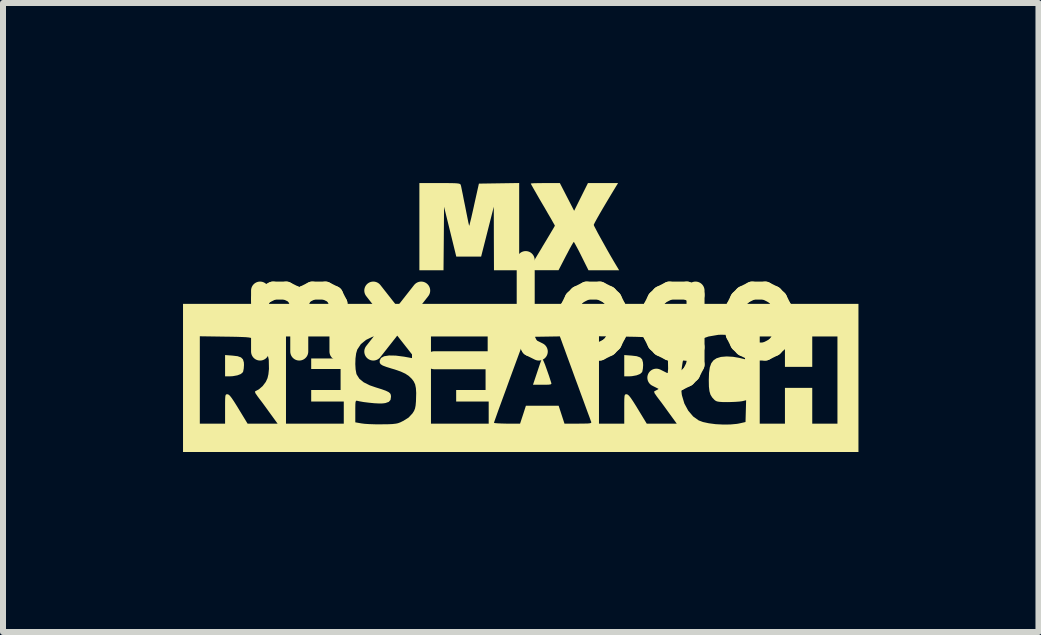
<source format=kicad_pcb>
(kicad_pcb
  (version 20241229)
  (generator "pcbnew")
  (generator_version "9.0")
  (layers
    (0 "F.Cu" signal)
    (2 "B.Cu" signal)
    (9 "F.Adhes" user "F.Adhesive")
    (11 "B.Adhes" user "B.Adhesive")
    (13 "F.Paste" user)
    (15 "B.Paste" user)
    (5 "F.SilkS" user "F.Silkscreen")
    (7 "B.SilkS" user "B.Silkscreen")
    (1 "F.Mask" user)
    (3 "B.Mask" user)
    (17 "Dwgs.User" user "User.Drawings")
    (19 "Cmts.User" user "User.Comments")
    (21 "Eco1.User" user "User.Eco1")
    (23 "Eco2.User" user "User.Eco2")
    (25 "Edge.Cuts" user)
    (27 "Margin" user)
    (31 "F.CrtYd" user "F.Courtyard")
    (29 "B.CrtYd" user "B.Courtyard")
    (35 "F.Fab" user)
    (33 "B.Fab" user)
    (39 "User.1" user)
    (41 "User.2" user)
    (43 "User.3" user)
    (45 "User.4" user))
  (footprint "mx_logo"
    (layer "F.Cu")
    (at 5.602 2.119)
    (property "Reference" "mx_logo" (at 0 0 0) (layer "F.SilkS") (effects (font (size 1.524 1.524) (thickness 0.3))))
    (attr board_only exclude_from_pos_files exclude_from_bom)
    (fp_poly (pts (xy -4.778 0.757) (xy -4.693 0.767) (xy -4.636 0.787) (xy -4.603 0.82) (xy -4.588 0.871) (xy -4.586 0.914) (xy -4.59 0.972) (xy -4.599 1.019) (xy -4.604 1.033) (xy -4.637 1.063) (xy -4.696 1.086) (xy -4.773 1.1) (xy -4.827 1.103) (xy -4.901 1.103) (xy -4.901 0.748)) (stroke (width 0) (type solid)) (fill yes) (layer "F.SilkS"))
    (fp_poly (pts (xy 1.874 0.757) (xy 1.959 0.767) (xy 2.016 0.787) (xy 2.049 0.82) (xy 2.063 0.871) (xy 2.066 0.914) (xy 2.062 0.972) (xy 2.053 1.019) (xy 2.048 1.033) (xy 2.015 1.063) (xy 1.956 1.086) (xy 1.879 1.1) (xy 1.825 1.103) (xy 1.751 1.103) (xy 1.751 0.748)) (stroke (width 0) (type solid)) (fill yes) (layer "F.SilkS"))
    (fp_poly (pts (xy 0.388 0.811) (xy 0.405 0.846) (xy 0.431 0.908) (xy 0.461 0.992) (xy 0.497 1.094) (xy 0.535 1.212) (xy 0.537 1.227) (xy 0.526 1.236) (xy 0.496 1.241) (xy 0.441 1.243) (xy 0.387 1.243) (xy 0.23 1.243) (xy 0.299 1.037) (xy 0.326 0.956) (xy 0.35 0.885) (xy 0.368 0.833) (xy 0.378 0.806) (xy 0.378 0.805)) (stroke (width 0) (type solid)) (fill yes) (layer "F.SilkS"))
    (fp_poly (pts (xy 0 -0.665) (xy -0.42 -0.665) (xy -0.422 -1.195) (xy -0.423 -1.724) (xy -0.634 -0.893) (xy -1.048 -0.893) (xy -1.15 -1.309) (xy -1.252 -1.724) (xy -1.256 -1.195) (xy -1.261 -0.665) (xy -1.663 -0.665) (xy -1.663 -2.118) (xy -1.323 -2.118) (xy -1.205 -2.118) (xy -1.118 -2.117) (xy -1.056 -2.115) (xy -1.015 -2.111) (xy -0.991 -2.105) (xy -0.979 -2.097) (xy -0.974 -2.087) (xy -0.967 -2.061) (xy -0.956 -2.006) (xy -0.94 -1.929) (xy -0.922 -1.836) (xy -0.901 -1.734) (xy -0.881 -1.632) (xy -0.863 -1.543) (xy -0.849 -1.472) (xy -0.838 -1.424) (xy -0.833 -1.405) (xy -0.833 -1.405) (xy -0.828 -1.42) (xy -0.817 -1.464) (xy -0.8 -1.532) (xy -0.78 -1.62) (xy -0.757 -1.722) (xy -0.75 -1.755) (xy -0.671 -2.109) (xy -0.336 -2.114) (xy 0 -2.119)) (stroke (width 0) (type solid)) (fill yes) (layer "F.SilkS"))
    (fp_poly (pts (xy 0.797 -1.887) (xy 0.916 -1.656) (xy 1.031 -1.887) (xy 1.146 -2.118) (xy 1.648 -2.118) (xy 1.613 -2.061) (xy 1.536 -1.934) (xy 1.463 -1.812) (xy 1.397 -1.701) (xy 1.34 -1.603) (xy 1.295 -1.523) (xy 1.262 -1.463) (xy 1.245 -1.428) (xy 1.243 -1.42) (xy 1.251 -1.4) (xy 1.275 -1.354) (xy 1.31 -1.287) (xy 1.355 -1.205) (xy 1.407 -1.112) (xy 1.462 -1.013) (xy 1.519 -0.913) (xy 1.575 -0.817) (xy 1.627 -0.73) (xy 1.632 -0.722) (xy 1.666 -0.665) (xy 1.155 -0.665) (xy 1.037 -0.902) (xy 0.996 -0.984) (xy 0.959 -1.053) (xy 0.931 -1.105) (xy 0.914 -1.134) (xy 0.91 -1.138) (xy 0.899 -1.123) (xy 0.875 -1.083) (xy 0.841 -1.022) (xy 0.801 -0.945) (xy 0.778 -0.902) (xy 0.656 -0.666) (xy 0.406 -0.666) (xy 0.309 -0.666) (xy 0.241 -0.667) (xy 0.198 -0.669) (xy 0.176 -0.674) (xy 0.169 -0.682) (xy 0.172 -0.694) (xy 0.175 -0.7) (xy 0.189 -0.725) (xy 0.219 -0.775) (xy 0.26 -0.845) (xy 0.311 -0.93) (xy 0.369 -1.026) (xy 0.394 -1.069) (xy 0.452 -1.165) (xy 0.504 -1.252) (xy 0.546 -1.323) (xy 0.577 -1.375) (xy 0.593 -1.404) (xy 0.595 -1.408) (xy 0.587 -1.424) (xy 0.563 -1.466) (xy 0.527 -1.53) (xy 0.48 -1.61) (xy 0.426 -1.704) (xy 0.394 -1.758) (xy 0.336 -1.857) (xy 0.285 -1.946) (xy 0.243 -2.019) (xy 0.212 -2.074) (xy 0.195 -2.105) (xy 0.193 -2.11) (xy 0.209 -2.113) (xy 0.254 -2.116) (xy 0.322 -2.117) (xy 0.406 -2.118) (xy 0.435 -2.118) (xy 0.678 -2.118)) (stroke (width 0) (type solid)) (fill yes) (layer "F.SilkS"))
    (fp_poly (pts (xy 5.654 2.363) (xy -5.602 2.363) (xy -5.602 0.435) (xy -5.322 0.435) (xy -5.322 1.891) (xy -4.901 1.891) (xy -4.901 1.645) (xy -4.901 1.549) (xy -4.9 1.481) (xy -4.897 1.438) (xy -4.892 1.414) (xy -4.883 1.404) (xy -4.869 1.401) (xy -4.862 1.401) (xy -4.843 1.407) (xy -4.821 1.426) (xy -4.791 1.464) (xy -4.752 1.522) (xy -4.699 1.606) (xy -4.675 1.646) (xy -4.526 1.891) (xy -4.026 1.891) (xy -3.886 1.891) (xy -2.923 1.891) (xy -2.923 1.523) (xy -3.466 1.523) (xy -3.466 1.33) (xy -2.976 1.33) (xy -2.976 0.98) (xy -3.466 0.98) (xy -3.466 0.898) (xy -2.731 0.898) (xy -2.726 0.986) (xy -2.713 1.058) (xy -2.707 1.074) (xy -2.663 1.143) (xy -2.591 1.202) (xy -2.489 1.253) (xy -2.393 1.286) (xy -2.294 1.317) (xy -2.224 1.342) (xy -2.178 1.364) (xy -2.151 1.386) (xy -2.139 1.411) (xy -2.136 1.442) (xy -2.136 1.442) (xy -2.144 1.495) (xy -2.173 1.528) (xy -2.229 1.548) (xy -2.274 1.554) (xy -2.332 1.555) (xy -2.412 1.551) (xy -2.503 1.542) (xy -2.592 1.531) (xy -2.666 1.518) (xy -2.691 1.512) (xy -2.709 1.508) (xy -2.72 1.513) (xy -2.727 1.532) (xy -2.73 1.571) (xy -2.731 1.635) (xy -2.731 1.685) (xy -2.731 1.869) (xy -2.63 1.887) (xy -2.574 1.894) (xy -2.494 1.899) (xy -2.398 1.902) (xy -2.299 1.902) (xy -2.284 1.902) (xy -2.186 1.901) (xy -2.114 1.898) (xy -2.062 1.892) (xy -2.053 1.891) (xy -1.47 1.891) (xy -0.508 1.891) (xy -0.508 1.877) (xy -0.42 1.877) (xy -0.404 1.882) (xy -0.359 1.886) (xy -0.292 1.889) (xy -0.211 1.891) (xy -0.202 1.891) (xy 0.015 1.891) (xy 0.064 1.742) (xy 0.112 1.593) (xy 0.658 1.593) (xy 0.755 1.891) (xy 0.983 1.891) (xy 1.076 1.89) (xy 1.139 1.889) (xy 1.178 1.885) (xy 1.197 1.879) (xy 1.202 1.87) (xy 1.2 1.86) (xy 1.191 1.838) (xy 1.173 1.787) (xy 1.145 1.712) (xy 1.11 1.617) (xy 1.07 1.507) (xy 1.025 1.385) (xy 0.978 1.256) (xy 0.929 1.124) (xy 0.882 0.994) (xy 0.836 0.869) (xy 0.794 0.755) (xy 0.758 0.655) (xy 0.728 0.574) (xy 0.707 0.515) (xy 0.696 0.485) (xy 0.679 0.437) (xy 0.101 0.446) (xy -0.16 1.155) (xy -0.214 1.305) (xy -0.265 1.444) (xy -0.311 1.57) (xy -0.351 1.679) (xy -0.382 1.767) (xy -0.405 1.832) (xy -0.418 1.869) (xy -0.42 1.877) (xy -0.508 1.877) (xy -0.508 1.523) (xy -1.05 1.523) (xy -1.05 1.33) (xy -0.56 1.33) (xy -0.56 0.98) (xy -1.05 0.98) (xy -1.05 0.805) (xy -0.525 0.805) (xy -0.525 0.438) (xy -1.47 0.438) (xy -1.47 1.891) (xy -2.053 1.891) (xy -2.02 1.884) (xy -1.982 1.87) (xy -1.94 1.849) (xy -1.934 1.847) (xy -1.842 1.789) (xy -1.778 1.72) (xy -1.778 1.72) (xy -1.752 1.679) (xy -1.736 1.639) (xy -1.726 1.59) (xy -1.72 1.521) (xy -1.719 1.489) (xy -1.716 1.38) (xy -1.721 1.299) (xy -1.734 1.236) (xy -1.758 1.186) (xy -1.789 1.145) (xy -1.838 1.098) (xy -1.896 1.059) (xy -1.971 1.024) (xy -2.071 0.989) (xy -2.129 0.972) (xy -2.215 0.945) (xy -2.273 0.923) (xy -2.308 0.901) (xy -2.323 0.878) (xy -2.325 0.848) (xy -2.325 0.842) (xy -2.303 0.797) (xy -2.251 0.768) (xy -2.169 0.755) (xy -2.057 0.757) (xy -1.918 0.775) (xy -1.912 0.776) (xy -1.786 0.799) (xy -1.786 0.459) (xy -1.877 0.436) (xy -1.879 0.435) (xy 1.33 0.435) (xy 1.33 1.891) (xy 1.751 1.891) (xy 1.751 1.645) (xy 1.751 1.549) (xy 1.752 1.481) (xy 1.755 1.438) (xy 1.76 1.414) (xy 1.769 1.404) (xy 1.783 1.401) (xy 1.79 1.401) (xy 1.809 1.407) (xy 1.831 1.426) (xy 1.861 1.464) (xy 1.9 1.522) (xy 1.953 1.606) (xy 1.977 1.646) (xy 2.126 1.891) (xy 2.626 1.891) (xy 2.483 1.694) (xy 2.426 1.615) (xy 2.371 1.54) (xy 2.323 1.477) (xy 2.29 1.433) (xy 2.287 1.428) (xy 2.256 1.383) (xy 2.249 1.357) (xy 2.253 1.352) (xy 2.315 1.319) (xy 2.377 1.265) (xy 2.426 1.2) (xy 2.432 1.19) (xy 2.432 1.19) (xy 2.696 1.19) (xy 2.699 1.302) (xy 2.709 1.399) (xy 2.713 1.422) (xy 2.753 1.556) (xy 2.817 1.674) (xy 2.899 1.771) (xy 2.991 1.837) (xy 3.063 1.864) (xy 3.161 1.885) (xy 3.276 1.9) (xy 3.397 1.906) (xy 3.518 1.905) (xy 3.627 1.895) (xy 3.651 1.891) (xy 4.009 1.891) (xy 4.429 1.891) (xy 4.429 1.295) (xy 4.884 1.295) (xy 4.884 1.891) (xy 5.304 1.891) (xy 5.304 0.438) (xy 4.884 0.438) (xy 4.884 0.945) (xy 4.429 0.945) (xy 4.429 0.438) (xy 4.009 0.438) (xy 4.009 1.891) (xy 3.651 1.891) (xy 3.685 1.884) (xy 3.772 1.864) (xy 3.777 1.683) (xy 3.782 1.501) (xy 3.716 1.517) (xy 3.67 1.523) (xy 3.6 1.528) (xy 3.518 1.531) (xy 3.472 1.532) (xy 3.388 1.531) (xy 3.332 1.527) (xy 3.295 1.52) (xy 3.269 1.507) (xy 3.256 1.497) (xy 3.216 1.454) (xy 3.188 1.408) (xy 3.171 1.35) (xy 3.162 1.273) (xy 3.16 1.169) (xy 3.16 1.164) (xy 3.164 1.044) (xy 3.177 0.953) (xy 3.201 0.885) (xy 3.238 0.836) (xy 3.29 0.801) (xy 3.291 0.801) (xy 3.363 0.779) (xy 3.457 0.771) (xy 3.564 0.777) (xy 3.663 0.794) (xy 3.764 0.818) (xy 3.764 0.639) (xy 3.762 0.553) (xy 3.759 0.496) (xy 3.751 0.464) (xy 3.74 0.45) (xy 3.739 0.449) (xy 3.69 0.437) (xy 3.617 0.426) (xy 3.532 0.417) (xy 3.445 0.411) (xy 3.367 0.409) (xy 3.318 0.411) (xy 3.155 0.439) (xy 3.02 0.486) (xy 2.91 0.553) (xy 2.824 0.642) (xy 2.759 0.755) (xy 2.745 0.788) (xy 2.725 0.861) (xy 2.71 0.96) (xy 2.7 1.073) (xy 2.696 1.19) (xy 2.432 1.19) (xy 2.458 1.133) (xy 2.473 1.068) (xy 2.482 0.981) (xy 2.482 0.971) (xy 2.479 0.826) (xy 2.453 0.707) (xy 2.402 0.61) (xy 2.325 0.533) (xy 2.241 0.483) (xy 2.213 0.471) (xy 2.183 0.462) (xy 2.146 0.455) (xy 2.097 0.45) (xy 2.03 0.447) (xy 1.942 0.444) (xy 1.826 0.442) (xy 1.746 0.441) (xy 1.33 0.435) (xy -1.879 0.435) (xy -1.96 0.421) (xy -2.063 0.414) (xy -2.174 0.413) (xy -2.283 0.418) (xy -2.379 0.429) (xy -2.448 0.445) (xy -2.553 0.496) (xy -2.639 0.567) (xy -2.697 0.655) (xy -2.698 0.656) (xy -2.717 0.72) (xy -2.728 0.805) (xy -2.731 0.898) (xy -3.466 0.898) (xy -3.466 0.805) (xy -2.941 0.805) (xy -2.941 0.438) (xy -3.886 0.438) (xy -3.886 1.891) (xy -4.026 1.891) (xy -4.169 1.694) (xy -4.226 1.615) (xy -4.281 1.54) (xy -4.329 1.477) (xy -4.362 1.433) (xy -4.365 1.428) (xy -4.396 1.383) (xy -4.403 1.357) (xy -4.399 1.352) (xy -4.337 1.319) (xy -4.275 1.265) (xy -4.226 1.2) (xy -4.22 1.19) (xy -4.194 1.133) (xy -4.179 1.068) (xy -4.17 0.981) (xy -4.17 0.971) (xy -4.173 0.826) (xy -4.199 0.707) (xy -4.25 0.61) (xy -4.327 0.533) (xy -4.411 0.483) (xy -4.439 0.471) (xy -4.469 0.462) (xy -4.506 0.455) (xy -4.555 0.45) (xy -4.622 0.447) (xy -4.71 0.444) (xy -4.826 0.442) (xy -4.906 0.441) (xy -5.322 0.435) (xy -5.602 0.435) (xy -5.602 -0.105) (xy 5.654 -0.105)) (stroke (width 0) (type solid)) (fill yes) (layer "F.SilkS")))
  (gr_rect
    (start -3 -3)
    (end 14.256 7.482)
    (stroke (width 0.1) (type default))
    (fill no)
    (layer "Edge.Cuts")))
</source>
